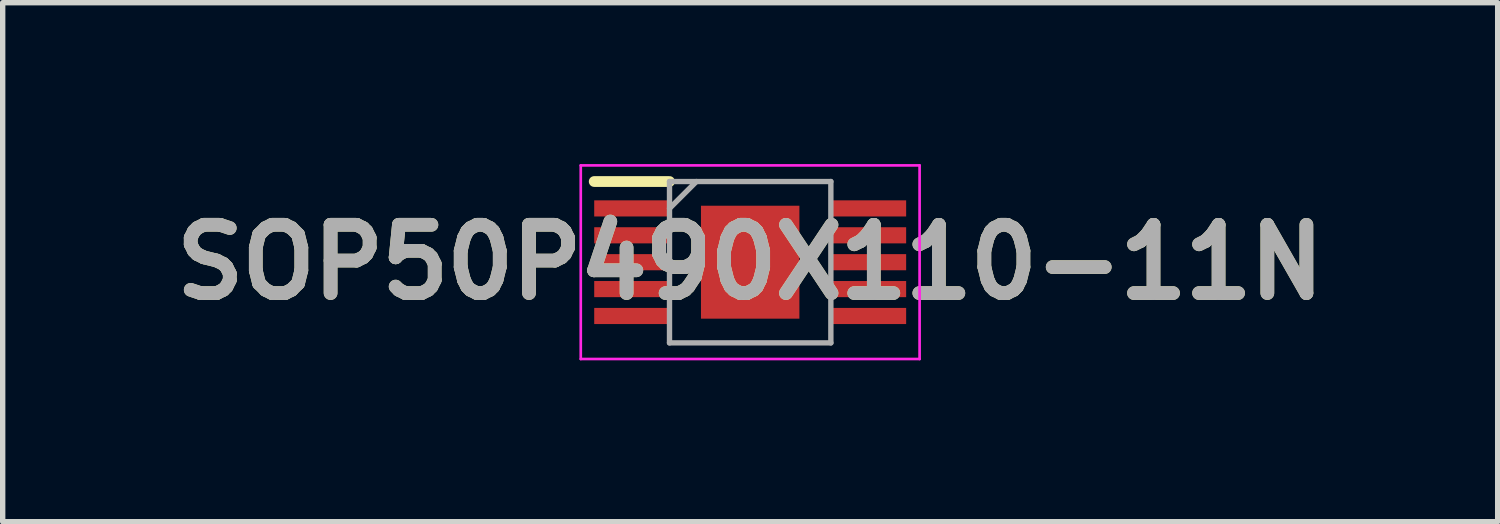
<source format=kicad_pcb>
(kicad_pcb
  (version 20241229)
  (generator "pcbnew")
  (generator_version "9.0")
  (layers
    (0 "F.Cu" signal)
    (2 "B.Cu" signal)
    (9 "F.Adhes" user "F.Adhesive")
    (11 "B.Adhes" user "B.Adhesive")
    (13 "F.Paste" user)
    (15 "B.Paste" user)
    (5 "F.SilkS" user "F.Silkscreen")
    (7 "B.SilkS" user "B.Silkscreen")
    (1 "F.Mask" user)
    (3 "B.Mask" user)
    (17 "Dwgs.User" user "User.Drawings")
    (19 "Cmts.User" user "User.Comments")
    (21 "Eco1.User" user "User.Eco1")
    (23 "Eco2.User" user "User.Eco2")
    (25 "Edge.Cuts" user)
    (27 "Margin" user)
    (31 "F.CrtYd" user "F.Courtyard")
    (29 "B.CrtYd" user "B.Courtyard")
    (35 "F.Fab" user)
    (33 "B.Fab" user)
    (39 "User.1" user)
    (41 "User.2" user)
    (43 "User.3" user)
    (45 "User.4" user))
  (footprint "SOP50P490X110-11N"
    (layer "F.Cu")
    (at 10.898 1.825)
    (property "Reference" "SOP50P490X110-11N" (at 0 0 0) (layer "F.SilkS") (effects (font (size 1.27 1.27) (thickness 0.254))))
    (attr smd)
    (fp_line (start -2.9 -1.5) (end -1.5 -1.5) (stroke (width 0.2) (type solid)) (layer "F.SilkS"))
    (fp_line (start -3.15 -1.8) (end 3.15 -1.8) (stroke (width 0.05) (type solid)) (layer "F.CrtYd"))
    (fp_line (start -3.15 1.8) (end -3.15 -1.8) (stroke (width 0.05) (type solid)) (layer "F.CrtYd"))
    (fp_line (start 3.15 -1.8) (end 3.15 1.8) (stroke (width 0.05) (type solid)) (layer "F.CrtYd"))
    (fp_line (start 3.15 1.8) (end -3.15 1.8) (stroke (width 0.05) (type solid)) (layer "F.CrtYd"))
    (fp_line (start -1.5 -1.5) (end 1.5 -1.5) (stroke (width 0.1) (type solid)) (layer "F.Fab"))
    (fp_line (start -1.5 -1) (end -1 -1.5) (stroke (width 0.1) (type solid)) (layer "F.Fab"))
    (fp_line (start -1.5 1.5) (end -1.5 -1.5) (stroke (width 0.1) (type solid)) (layer "F.Fab"))
    (fp_line (start 1.5 -1.5) (end 1.5 1.5) (stroke (width 0.1) (type solid)) (layer "F.Fab"))
    (fp_line (start 1.5 1.5) (end -1.5 1.5) (stroke (width 0.1) (type solid)) (layer "F.Fab"))
    (fp_text user "${REFERENCE}" (at 0 0 0) (layer "F.Fab") (effects (font (size 1.27 1.27) (thickness 0.254))))
    (pad "1" smd rect (at -2.2 -1 90) (size 0.3 1.4) (layers "F.Cu" "F.Mask" "F.Paste"))
    (pad "2" smd rect (at -2.2 -0.5 90) (size 0.3 1.4) (layers "F.Cu" "F.Mask" "F.Paste"))
    (pad "3" smd rect (at -2.2 0 90) (size 0.3 1.4) (layers "F.Cu" "F.Mask" "F.Paste"))
    (pad "4" smd rect (at -2.2 0.5 90) (size 0.3 1.4) (layers "F.Cu" "F.Mask" "F.Paste"))
    (pad "5" smd rect (at -2.2 1 90) (size 0.3 1.4) (layers "F.Cu" "F.Mask" "F.Paste"))
    (pad "6" smd rect (at 2.2 1 90) (size 0.3 1.4) (layers "F.Cu" "F.Mask" "F.Paste"))
    (pad "7" smd rect (at 2.2 0.5 90) (size 0.3 1.4) (layers "F.Cu" "F.Mask" "F.Paste"))
    (pad "8" smd rect (at 2.2 0 90) (size 0.3 1.4) (layers "F.Cu" "F.Mask" "F.Paste"))
    (pad "9" smd rect (at 2.2 -0.5 90) (size 0.3 1.4) (layers "F.Cu" "F.Mask" "F.Paste"))
    (pad "10" smd rect (at 2.2 -1 90) (size 0.3 1.4) (layers "F.Cu" "F.Mask" "F.Paste"))
    (pad "11" smd rect (at 0 0) (size 1.83 2.1) (layers "F.Cu" "F.Mask" "F.Paste")))
  (gr_rect
    (start -3 -3)
    (end 24.796 6.65)
    (stroke (width 0.1) (type default))
    (fill no)
    (layer "Edge.Cuts")))
</source>
